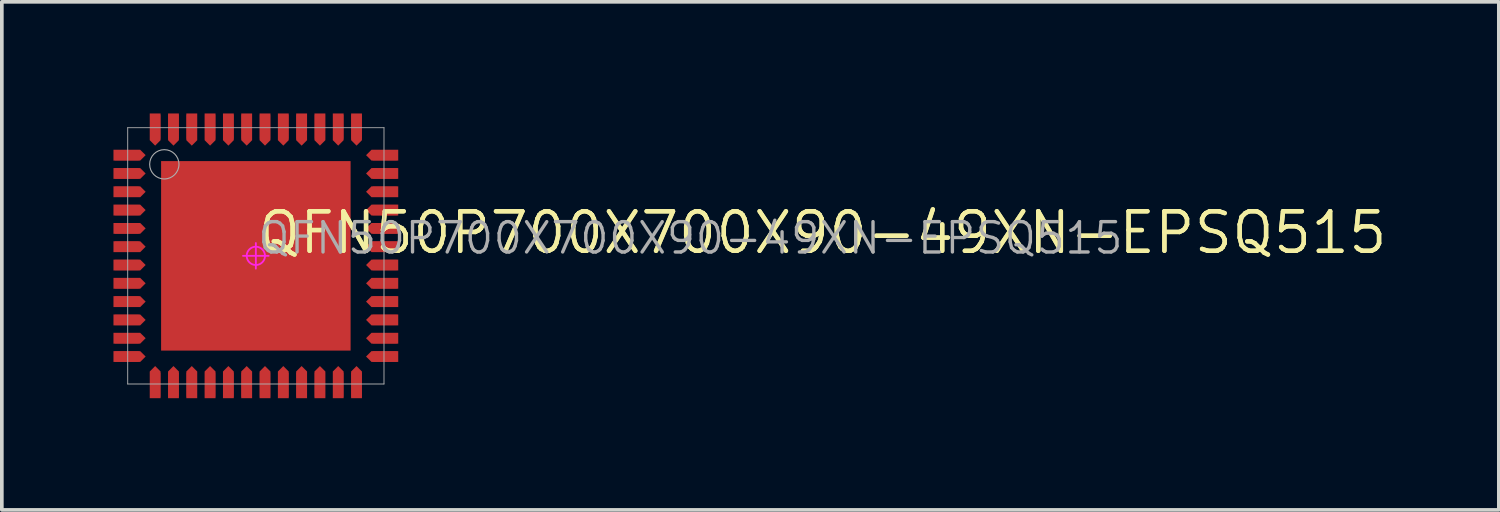
<source format=kicad_pcb>
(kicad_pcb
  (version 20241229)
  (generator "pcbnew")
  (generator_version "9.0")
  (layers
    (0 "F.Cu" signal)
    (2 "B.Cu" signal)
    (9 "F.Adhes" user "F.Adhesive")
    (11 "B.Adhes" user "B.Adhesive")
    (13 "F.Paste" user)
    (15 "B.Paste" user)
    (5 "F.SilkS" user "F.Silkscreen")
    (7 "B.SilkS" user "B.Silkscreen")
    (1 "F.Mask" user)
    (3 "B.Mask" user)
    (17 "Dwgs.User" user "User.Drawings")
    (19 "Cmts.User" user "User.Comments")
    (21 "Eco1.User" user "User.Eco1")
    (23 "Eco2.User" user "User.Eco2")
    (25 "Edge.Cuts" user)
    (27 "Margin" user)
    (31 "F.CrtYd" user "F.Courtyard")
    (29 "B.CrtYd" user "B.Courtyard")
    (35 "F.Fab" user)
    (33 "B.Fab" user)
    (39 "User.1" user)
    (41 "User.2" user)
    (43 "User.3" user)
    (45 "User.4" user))
  (footprint "QFN50P700X700X90-49XN-EPSQ515"
    (layer "F.Cu")
    (at 3.938 3.938)
    (property "Reference" "QFN50P700X700X90-49XN-EPSQ515" (at 0 0 0) (unlocked yes) (layer "F.SilkS") (effects (font (size 1.08 1.08) (thickness 0.12)) (justify left bottom)))
    (fp_poly (pts (xy 2.588 2.588) (xy -2.588 2.588) (xy -2.588 -2.588) (xy 2.588 -2.588)) (stroke (width 0) (type default)) (fill yes) (layer "F.Cu"))
    (fp_poly (pts (xy -3.01 -2.75) (xy -3.159 -2.602) (xy -3.889 -2.602) (xy -3.889 -2.898) (xy -3.159 -2.898)) (stroke (width 0) (type default)) (fill yes) (layer "F.Cu"))
    (fp_poly (pts (xy -3.01 -2.25) (xy -3.159 -2.102) (xy -3.889 -2.102) (xy -3.889 -2.398) (xy -3.159 -2.398)) (stroke (width 0) (type default)) (fill yes) (layer "F.Cu"))
    (fp_poly (pts (xy -3.01 -1.75) (xy -3.159 -1.601) (xy -3.889 -1.601) (xy -3.889 -1.899) (xy -3.159 -1.899)) (stroke (width 0) (type default)) (fill yes) (layer "F.Cu"))
    (fp_poly (pts (xy -3.01 -1.25) (xy -3.159 -1.101) (xy -3.889 -1.101) (xy -3.889 -1.399) (xy -3.159 -1.399)) (stroke (width 0) (type default)) (fill yes) (layer "F.Cu"))
    (fp_poly (pts (xy -3.01 -0.75) (xy -3.159 -0.602) (xy -3.889 -0.602) (xy -3.889 -0.898) (xy -3.159 -0.898)) (stroke (width 0) (type default)) (fill yes) (layer "F.Cu"))
    (fp_poly (pts (xy -3.01 -0.25) (xy -3.159 -0.102) (xy -3.889 -0.102) (xy -3.889 -0.399) (xy -3.159 -0.399)) (stroke (width 0) (type default)) (fill yes) (layer "F.Cu"))
    (fp_poly (pts (xy -3.01 0.25) (xy -3.159 0.399) (xy -3.889 0.399) (xy -3.889 0.102) (xy -3.159 0.102)) (stroke (width 0) (type default)) (fill yes) (layer "F.Cu"))
    (fp_poly (pts (xy -3.01 0.75) (xy -3.159 0.898) (xy -3.889 0.898) (xy -3.889 0.602) (xy -3.159 0.602)) (stroke (width 0) (type default)) (fill yes) (layer "F.Cu"))
    (fp_poly (pts (xy -3.01 1.25) (xy -3.159 1.399) (xy -3.889 1.399) (xy -3.889 1.101) (xy -3.159 1.101)) (stroke (width 0) (type default)) (fill yes) (layer "F.Cu"))
    (fp_poly (pts (xy -3.01 1.75) (xy -3.159 1.899) (xy -3.889 1.899) (xy -3.889 1.601) (xy -3.159 1.601)) (stroke (width 0) (type default)) (fill yes) (layer "F.Cu"))
    (fp_poly (pts (xy -3.01 2.25) (xy -3.159 2.398) (xy -3.889 2.398) (xy -3.889 2.102) (xy -3.159 2.102)) (stroke (width 0) (type default)) (fill yes) (layer "F.Cu"))
    (fp_poly (pts (xy -3.01 2.75) (xy -3.159 2.898) (xy -3.889 2.898) (xy -3.889 2.602) (xy -3.159 2.602)) (stroke (width 0) (type default)) (fill yes) (layer "F.Cu"))
    (fp_poly (pts (xy -2.602 -3.159) (xy -2.75 -3.01) (xy -2.898 -3.159) (xy -2.898 -3.889) (xy -2.602 -3.889)) (stroke (width 0) (type default)) (fill yes) (layer "F.Cu"))
    (fp_poly (pts (xy -2.602 3.159) (xy -2.602 3.889) (xy -2.898 3.889) (xy -2.898 3.159) (xy -2.75 3.01)) (stroke (width 0) (type default)) (fill yes) (layer "F.Cu"))
    (fp_poly (pts (xy -2.102 -3.159) (xy -2.25 -3.01) (xy -2.398 -3.159) (xy -2.398 -3.889) (xy -2.102 -3.889)) (stroke (width 0) (type default)) (fill yes) (layer "F.Cu"))
    (fp_poly (pts (xy -2.102 3.159) (xy -2.102 3.889) (xy -2.398 3.889) (xy -2.398 3.159) (xy -2.25 3.01)) (stroke (width 0) (type default)) (fill yes) (layer "F.Cu"))
    (fp_poly (pts (xy -1.601 -3.159) (xy -1.75 -3.01) (xy -1.899 -3.159) (xy -1.899 -3.889) (xy -1.601 -3.889)) (stroke (width 0) (type default)) (fill yes) (layer "F.Cu"))
    (fp_poly (pts (xy -1.601 3.159) (xy -1.601 3.889) (xy -1.899 3.889) (xy -1.899 3.159) (xy -1.75 3.01)) (stroke (width 0) (type default)) (fill yes) (layer "F.Cu"))
    (fp_poly (pts (xy -1.101 -3.159) (xy -1.25 -3.01) (xy -1.399 -3.159) (xy -1.399 -3.889) (xy -1.101 -3.889)) (stroke (width 0) (type default)) (fill yes) (layer "F.Cu"))
    (fp_poly (pts (xy -1.101 3.159) (xy -1.101 3.889) (xy -1.399 3.889) (xy -1.399 3.159) (xy -1.25 3.01)) (stroke (width 0) (type default)) (fill yes) (layer "F.Cu"))
    (fp_poly (pts (xy -0.602 -3.159) (xy -0.75 -3.01) (xy -0.898 -3.159) (xy -0.898 -3.889) (xy -0.602 -3.889)) (stroke (width 0) (type default)) (fill yes) (layer "F.Cu"))
    (fp_poly (pts (xy -0.602 3.159) (xy -0.602 3.889) (xy -0.898 3.889) (xy -0.898 3.159) (xy -0.75 3.01)) (stroke (width 0) (type default)) (fill yes) (layer "F.Cu"))
    (fp_poly (pts (xy -0.102 -3.159) (xy -0.25 -3.01) (xy -0.399 -3.159) (xy -0.399 -3.889) (xy -0.102 -3.889)) (stroke (width 0) (type default)) (fill yes) (layer "F.Cu"))
    (fp_poly (pts (xy -0.102 3.159) (xy -0.102 3.889) (xy -0.399 3.889) (xy -0.399 3.159) (xy -0.25 3.01)) (stroke (width 0) (type default)) (fill yes) (layer "F.Cu"))
    (fp_poly (pts (xy 0.399 -3.159) (xy 0.25 -3.01) (xy 0.102 -3.159) (xy 0.102 -3.889) (xy 0.399 -3.889)) (stroke (width 0) (type default)) (fill yes) (layer "F.Cu"))
    (fp_poly (pts (xy 0.399 3.159) (xy 0.399 3.889) (xy 0.102 3.889) (xy 0.102 3.159) (xy 0.25 3.01)) (stroke (width 0) (type default)) (fill yes) (layer "F.Cu"))
    (fp_poly (pts (xy 0.898 -3.159) (xy 0.75 -3.01) (xy 0.602 -3.159) (xy 0.602 -3.889) (xy 0.898 -3.889)) (stroke (width 0) (type default)) (fill yes) (layer "F.Cu"))
    (fp_poly (pts (xy 0.898 3.159) (xy 0.898 3.889) (xy 0.602 3.889) (xy 0.602 3.159) (xy 0.75 3.01)) (stroke (width 0) (type default)) (fill yes) (layer "F.Cu"))
    (fp_poly (pts (xy 1.399 -3.159) (xy 1.25 -3.01) (xy 1.101 -3.159) (xy 1.101 -3.889) (xy 1.399 -3.889)) (stroke (width 0) (type default)) (fill yes) (layer "F.Cu"))
    (fp_poly (pts (xy 1.399 3.159) (xy 1.399 3.889) (xy 1.101 3.889) (xy 1.101 3.159) (xy 1.25 3.01)) (stroke (width 0) (type default)) (fill yes) (layer "F.Cu"))
    (fp_poly (pts (xy 1.899 -3.159) (xy 1.75 -3.01) (xy 1.601 -3.159) (xy 1.601 -3.889) (xy 1.899 -3.889)) (stroke (width 0) (type default)) (fill yes) (layer "F.Cu"))
    (fp_poly (pts (xy 1.899 3.159) (xy 1.899 3.889) (xy 1.601 3.889) (xy 1.601 3.159) (xy 1.75 3.01)) (stroke (width 0) (type default)) (fill yes) (layer "F.Cu"))
    (fp_poly (pts (xy 2.398 -3.159) (xy 2.25 -3.01) (xy 2.102 -3.159) (xy 2.102 -3.889) (xy 2.398 -3.889)) (stroke (width 0) (type default)) (fill yes) (layer "F.Cu"))
    (fp_poly (pts (xy 2.398 3.159) (xy 2.398 3.889) (xy 2.102 3.889) (xy 2.102 3.159) (xy 2.25 3.01)) (stroke (width 0) (type default)) (fill yes) (layer "F.Cu"))
    (fp_poly (pts (xy 2.898 -3.159) (xy 2.75 -3.01) (xy 2.602 -3.159) (xy 2.602 -3.889) (xy 2.898 -3.889)) (stroke (width 0) (type default)) (fill yes) (layer "F.Cu"))
    (fp_poly (pts (xy 2.898 3.159) (xy 2.898 3.889) (xy 2.602 3.889) (xy 2.602 3.159) (xy 2.75 3.01)) (stroke (width 0) (type default)) (fill yes) (layer "F.Cu"))
    (fp_poly (pts (xy 3.889 -2.602) (xy 3.159 -2.602) (xy 3.01 -2.75) (xy 3.159 -2.898) (xy 3.889 -2.898)) (stroke (width 0) (type default)) (fill yes) (layer "F.Cu"))
    (fp_poly (pts (xy 3.889 -2.102) (xy 3.159 -2.102) (xy 3.01 -2.25) (xy 3.159 -2.398) (xy 3.889 -2.398)) (stroke (width 0) (type default)) (fill yes) (layer "F.Cu"))
    (fp_poly (pts (xy 3.889 -1.601) (xy 3.159 -1.601) (xy 3.01 -1.75) (xy 3.159 -1.899) (xy 3.889 -1.899)) (stroke (width 0) (type default)) (fill yes) (layer "F.Cu"))
    (fp_poly (pts (xy 3.889 -1.101) (xy 3.159 -1.101) (xy 3.01 -1.25) (xy 3.159 -1.399) (xy 3.889 -1.399)) (stroke (width 0) (type default)) (fill yes) (layer "F.Cu"))
    (fp_poly (pts (xy 3.889 -0.602) (xy 3.159 -0.602) (xy 3.01 -0.75) (xy 3.159 -0.898) (xy 3.889 -0.898)) (stroke (width 0) (type default)) (fill yes) (layer "F.Cu"))
    (fp_poly (pts (xy 3.889 -0.102) (xy 3.159 -0.102) (xy 3.01 -0.25) (xy 3.159 -0.399) (xy 3.889 -0.399)) (stroke (width 0) (type default)) (fill yes) (layer "F.Cu"))
    (fp_poly (pts (xy 3.889 0.399) (xy 3.159 0.399) (xy 3.01 0.25) (xy 3.159 0.102) (xy 3.889 0.102)) (stroke (width 0) (type default)) (fill yes) (layer "F.Cu"))
    (fp_poly (pts (xy 3.889 0.898) (xy 3.159 0.898) (xy 3.01 0.75) (xy 3.159 0.602) (xy 3.889 0.602)) (stroke (width 0) (type default)) (fill yes) (layer "F.Cu"))
    (fp_poly (pts (xy 3.889 1.399) (xy 3.159 1.399) (xy 3.01 1.25) (xy 3.159 1.101) (xy 3.889 1.101)) (stroke (width 0) (type default)) (fill yes) (layer "F.Cu"))
    (fp_poly (pts (xy 3.889 1.899) (xy 3.159 1.899) (xy 3.01 1.75) (xy 3.159 1.601) (xy 3.889 1.601)) (stroke (width 0) (type default)) (fill yes) (layer "F.Cu"))
    (fp_poly (pts (xy 3.889 2.398) (xy 3.159 2.398) (xy 3.01 2.25) (xy 3.159 2.102) (xy 3.889 2.102)) (stroke (width 0) (type default)) (fill yes) (layer "F.Cu"))
    (fp_poly (pts (xy 3.889 2.898) (xy 3.159 2.898) (xy 3.01 2.75) (xy 3.159 2.602) (xy 3.889 2.602)) (stroke (width 0) (type default)) (fill yes) (layer "F.Cu"))
    (fp_poly (pts (xy 2.663 2.663) (xy -2.664 2.663) (xy -2.658 -2.663) (xy 2.663 -2.663)) (stroke (width 0) (type default)) (fill yes) (layer "F.Mask"))
    (fp_poly (pts (xy -3.105 -2.958) (xy -3.017 -2.87) (xy -2.986 -2.758) (xy -2.986 2.758) (xy -3.017 2.87) (xy -3.105 2.958) (xy -3.217 2.989) (xy -3.938 2.989) (xy -3.938 -2.989) (xy -3.217 -2.989)) (stroke (width 0) (type default)) (fill yes) (layer "F.Mask"))
    (fp_poly (pts (xy 2.87 3.017) (xy 2.958 3.105) (xy 2.989 3.217) (xy 2.989 3.938) (xy -2.989 3.938) (xy -2.989 3.217) (xy -2.958 3.105) (xy -2.87 3.017) (xy -2.758 2.986) (xy 2.758 2.986)) (stroke (width 0) (type default)) (fill yes) (layer "F.Mask"))
    (fp_poly (pts (xy 2.989 -3.217) (xy 2.958 -3.105) (xy 2.87 -3.017) (xy 2.758 -2.986) (xy -2.758 -2.986) (xy -2.87 -3.017) (xy -2.958 -3.105) (xy -2.989 -3.217) (xy -2.989 -3.938) (xy 2.989 -3.938)) (stroke (width 0) (type default)) (fill yes) (layer "F.Mask"))
    (fp_poly (pts (xy 3.938 2.989) (xy 3.217 2.989) (xy 3.105 2.958) (xy 3.017 2.87) (xy 2.986 2.758) (xy 2.986 -2.758) (xy 3.017 -2.87) (xy 3.105 -2.958) (xy 3.217 -2.989) (xy 3.938 -2.989)) (stroke (width 0) (type default)) (fill yes) (layer "F.Mask"))
    (fp_poly (pts (xy -0.967 -0.967) (xy -2.429 -0.967) (xy -2.429 -2.429) (xy -0.967 -2.429)) (stroke (width 0) (type default)) (fill yes) (layer "F.Paste"))
    (fp_poly (pts (xy -0.967 0.734) (xy -2.429 0.734) (xy -2.429 -0.729) (xy -0.967 -0.729)) (stroke (width 0) (type default)) (fill yes) (layer "F.Paste"))
    (fp_poly (pts (xy -0.967 2.433) (xy -2.429 2.433) (xy -2.429 0.972) (xy -0.967 0.972)) (stroke (width 0) (type default)) (fill yes) (layer "F.Paste"))
    (fp_poly (pts (xy 0.734 -0.967) (xy -0.729 -0.967) (xy -0.729 -2.429) (xy 0.734 -2.429)) (stroke (width 0) (type default)) (fill yes) (layer "F.Paste"))
    (fp_poly (pts (xy 0.734 0.734) (xy -0.729 0.734) (xy -0.729 -0.729) (xy 0.734 -0.729)) (stroke (width 0) (type default)) (fill yes) (layer "F.Paste"))
    (fp_poly (pts (xy 0.734 2.433) (xy -0.729 2.433) (xy -0.729 0.972) (xy 0.734 0.972)) (stroke (width 0) (type default)) (fill yes) (layer "F.Paste"))
    (fp_poly (pts (xy 2.433 -0.967) (xy 0.972 -0.967) (xy 0.972 -2.429) (xy 2.433 -2.429)) (stroke (width 0) (type default)) (fill yes) (layer "F.Paste"))
    (fp_poly (pts (xy 2.433 0.734) (xy 0.972 0.734) (xy 0.972 -0.729) (xy 2.433 -0.729)) (stroke (width 0) (type default)) (fill yes) (layer "F.Paste"))
    (fp_poly (pts (xy 2.433 2.433) (xy 0.972 2.433) (xy 0.972 0.972) (xy 2.433 0.972)) (stroke (width 0) (type default)) (fill yes) (layer "F.Paste"))
    (fp_poly (pts (xy -3.01 -2.75) (xy -3.159 -2.602) (xy -3.889 -2.602) (xy -3.889 -2.898) (xy -3.159 -2.898)) (stroke (width 0) (type default)) (fill yes) (layer "F.Paste"))
    (fp_poly (pts (xy -3.01 -2.25) (xy -3.159 -2.102) (xy -3.889 -2.102) (xy -3.889 -2.398) (xy -3.159 -2.398)) (stroke (width 0) (type default)) (fill yes) (layer "F.Paste"))
    (fp_poly (pts (xy -3.01 -1.75) (xy -3.159 -1.601) (xy -3.889 -1.601) (xy -3.889 -1.899) (xy -3.159 -1.899)) (stroke (width 0) (type default)) (fill yes) (layer "F.Paste"))
    (fp_poly (pts (xy -3.01 -1.25) (xy -3.159 -1.101) (xy -3.889 -1.101) (xy -3.889 -1.399) (xy -3.159 -1.399)) (stroke (width 0) (type default)) (fill yes) (layer "F.Paste"))
    (fp_poly (pts (xy -3.01 -0.75) (xy -3.159 -0.602) (xy -3.889 -0.602) (xy -3.889 -0.898) (xy -3.159 -0.898)) (stroke (width 0) (type default)) (fill yes) (layer "F.Paste"))
    (fp_poly (pts (xy -3.01 -0.25) (xy -3.159 -0.102) (xy -3.889 -0.102) (xy -3.889 -0.399) (xy -3.159 -0.399)) (stroke (width 0) (type default)) (fill yes) (layer "F.Paste"))
    (fp_poly (pts (xy -3.01 0.25) (xy -3.159 0.399) (xy -3.889 0.399) (xy -3.889 0.102) (xy -3.159 0.102)) (stroke (width 0) (type default)) (fill yes) (layer "F.Paste"))
    (fp_poly (pts (xy -3.01 0.75) (xy -3.159 0.898) (xy -3.889 0.898) (xy -3.889 0.602) (xy -3.159 0.602)) (stroke (width 0) (type default)) (fill yes) (layer "F.Paste"))
    (fp_poly (pts (xy -3.01 1.25) (xy -3.159 1.399) (xy -3.889 1.399) (xy -3.889 1.101) (xy -3.159 1.101)) (stroke (width 0) (type default)) (fill yes) (layer "F.Paste"))
    (fp_poly (pts (xy -3.01 1.75) (xy -3.159 1.899) (xy -3.889 1.899) (xy -3.889 1.601) (xy -3.159 1.601)) (stroke (width 0) (type default)) (fill yes) (layer "F.Paste"))
    (fp_poly (pts (xy -3.01 2.25) (xy -3.159 2.398) (xy -3.889 2.398) (xy -3.889 2.102) (xy -3.159 2.102)) (stroke (width 0) (type default)) (fill yes) (layer "F.Paste"))
    (fp_poly (pts (xy -3.01 2.75) (xy -3.159 2.898) (xy -3.889 2.898) (xy -3.889 2.602) (xy -3.159 2.602)) (stroke (width 0) (type default)) (fill yes) (layer "F.Paste"))
    (fp_poly (pts (xy -2.602 -3.159) (xy -2.75 -3.01) (xy -2.898 -3.159) (xy -2.898 -3.889) (xy -2.602 -3.889)) (stroke (width 0) (type default)) (fill yes) (layer "F.Paste"))
    (fp_poly (pts (xy -2.602 3.159) (xy -2.602 3.889) (xy -2.898 3.889) (xy -2.898 3.159) (xy -2.75 3.01)) (stroke (width 0) (type default)) (fill yes) (layer "F.Paste"))
    (fp_poly (pts (xy -2.102 -3.159) (xy -2.25 -3.01) (xy -2.398 -3.159) (xy -2.398 -3.889) (xy -2.102 -3.889)) (stroke (width 0) (type default)) (fill yes) (layer "F.Paste"))
    (fp_poly (pts (xy -2.102 3.159) (xy -2.102 3.889) (xy -2.398 3.889) (xy -2.398 3.159) (xy -2.25 3.01)) (stroke (width 0) (type default)) (fill yes) (layer "F.Paste"))
    (fp_poly (pts (xy -1.601 -3.159) (xy -1.75 -3.01) (xy -1.899 -3.159) (xy -1.899 -3.889) (xy -1.601 -3.889)) (stroke (width 0) (type default)) (fill yes) (layer "F.Paste"))
    (fp_poly (pts (xy -1.601 3.159) (xy -1.601 3.889) (xy -1.899 3.889) (xy -1.899 3.159) (xy -1.75 3.01)) (stroke (width 0) (type default)) (fill yes) (layer "F.Paste"))
    (fp_poly (pts (xy -1.101 -3.159) (xy -1.25 -3.01) (xy -1.399 -3.159) (xy -1.399 -3.889) (xy -1.101 -3.889)) (stroke (width 0) (type default)) (fill yes) (layer "F.Paste"))
    (fp_poly (pts (xy -1.101 3.159) (xy -1.101 3.889) (xy -1.399 3.889) (xy -1.399 3.159) (xy -1.25 3.01)) (stroke (width 0) (type default)) (fill yes) (layer "F.Paste"))
    (fp_poly (pts (xy -0.602 -3.159) (xy -0.75 -3.01) (xy -0.898 -3.159) (xy -0.898 -3.889) (xy -0.602 -3.889)) (stroke (width 0) (type default)) (fill yes) (layer "F.Paste"))
    (fp_poly (pts (xy -0.602 3.159) (xy -0.602 3.889) (xy -0.898 3.889) (xy -0.898 3.159) (xy -0.75 3.01)) (stroke (width 0) (type default)) (fill yes) (layer "F.Paste"))
    (fp_poly (pts (xy -0.102 -3.159) (xy -0.25 -3.01) (xy -0.399 -3.159) (xy -0.399 -3.889) (xy -0.102 -3.889)) (stroke (width 0) (type default)) (fill yes) (layer "F.Paste"))
    (fp_poly (pts (xy -0.102 3.159) (xy -0.102 3.889) (xy -0.399 3.889) (xy -0.399 3.159) (xy -0.25 3.01)) (stroke (width 0) (type default)) (fill yes) (layer "F.Paste"))
    (fp_poly (pts (xy 0.399 -3.159) (xy 0.25 -3.01) (xy 0.102 -3.159) (xy 0.102 -3.889) (xy 0.399 -3.889)) (stroke (width 0) (type default)) (fill yes) (layer "F.Paste"))
    (fp_poly (pts (xy 0.399 3.159) (xy 0.399 3.889) (xy 0.102 3.889) (xy 0.102 3.159) (xy 0.25 3.01)) (stroke (width 0) (type default)) (fill yes) (layer "F.Paste"))
    (fp_poly (pts (xy 0.898 -3.159) (xy 0.75 -3.01) (xy 0.602 -3.159) (xy 0.602 -3.889) (xy 0.898 -3.889)) (stroke (width 0) (type default)) (fill yes) (layer "F.Paste"))
    (fp_poly (pts (xy 0.898 3.159) (xy 0.898 3.889) (xy 0.602 3.889) (xy 0.602 3.159) (xy 0.75 3.01)) (stroke (width 0) (type default)) (fill yes) (layer "F.Paste"))
    (fp_poly (pts (xy 1.399 -3.159) (xy 1.25 -3.01) (xy 1.101 -3.159) (xy 1.101 -3.889) (xy 1.399 -3.889)) (stroke (width 0) (type default)) (fill yes) (layer "F.Paste"))
    (fp_poly (pts (xy 1.399 3.159) (xy 1.399 3.889) (xy 1.101 3.889) (xy 1.101 3.159) (xy 1.25 3.01)) (stroke (width 0) (type default)) (fill yes) (layer "F.Paste"))
    (fp_poly (pts (xy 1.899 -3.159) (xy 1.75 -3.01) (xy 1.601 -3.159) (xy 1.601 -3.889) (xy 1.899 -3.889)) (stroke (width 0) (type default)) (fill yes) (layer "F.Paste"))
    (fp_poly (pts (xy 1.899 3.159) (xy 1.899 3.889) (xy 1.601 3.889) (xy 1.601 3.159) (xy 1.75 3.01)) (stroke (width 0) (type default)) (fill yes) (layer "F.Paste"))
    (fp_poly (pts (xy 2.398 -3.159) (xy 2.25 -3.01) (xy 2.102 -3.159) (xy 2.102 -3.889) (xy 2.398 -3.889)) (stroke (width 0) (type default)) (fill yes) (layer "F.Paste"))
    (fp_poly (pts (xy 2.398 3.159) (xy 2.398 3.889) (xy 2.102 3.889) (xy 2.102 3.159) (xy 2.25 3.01)) (stroke (width 0) (type default)) (fill yes) (layer "F.Paste"))
    (fp_poly (pts (xy 2.898 -3.159) (xy 2.75 -3.01) (xy 2.602 -3.159) (xy 2.602 -3.889) (xy 2.898 -3.889)) (stroke (width 0) (type default)) (fill yes) (layer "F.Paste"))
    (fp_poly (pts (xy 2.898 3.159) (xy 2.898 3.889) (xy 2.602 3.889) (xy 2.602 3.159) (xy 2.75 3.01)) (stroke (width 0) (type default)) (fill yes) (layer "F.Paste"))
    (fp_poly (pts (xy 3.889 -2.602) (xy 3.159 -2.602) (xy 3.01 -2.75) (xy 3.159 -2.898) (xy 3.889 -2.898)) (stroke (width 0) (type default)) (fill yes) (layer "F.Paste"))
    (fp_poly (pts (xy 3.889 -2.102) (xy 3.159 -2.102) (xy 3.01 -2.25) (xy 3.159 -2.398) (xy 3.889 -2.398)) (stroke (width 0) (type default)) (fill yes) (layer "F.Paste"))
    (fp_poly (pts (xy 3.889 -1.601) (xy 3.159 -1.601) (xy 3.01 -1.75) (xy 3.159 -1.899) (xy 3.889 -1.899)) (stroke (width 0) (type default)) (fill yes) (layer "F.Paste"))
    (fp_poly (pts (xy 3.889 -1.101) (xy 3.159 -1.101) (xy 3.01 -1.25) (xy 3.159 -1.399) (xy 3.889 -1.399)) (stroke (width 0) (type default)) (fill yes) (layer "F.Paste"))
    (fp_poly (pts (xy 3.889 -0.602) (xy 3.159 -0.602) (xy 3.01 -0.75) (xy 3.159 -0.898) (xy 3.889 -0.898)) (stroke (width 0) (type default)) (fill yes) (layer "F.Paste"))
    (fp_poly (pts (xy 3.889 -0.102) (xy 3.159 -0.102) (xy 3.01 -0.25) (xy 3.159 -0.399) (xy 3.889 -0.399)) (stroke (width 0) (type default)) (fill yes) (layer "F.Paste"))
    (fp_poly (pts (xy 3.889 0.399) (xy 3.159 0.399) (xy 3.01 0.25) (xy 3.159 0.102) (xy 3.889 0.102)) (stroke (width 0) (type default)) (fill yes) (layer "F.Paste"))
    (fp_poly (pts (xy 3.889 0.898) (xy 3.159 0.898) (xy 3.01 0.75) (xy 3.159 0.602) (xy 3.889 0.602)) (stroke (width 0) (type default)) (fill yes) (layer "F.Paste"))
    (fp_poly (pts (xy 3.889 1.399) (xy 3.159 1.399) (xy 3.01 1.25) (xy 3.159 1.101) (xy 3.889 1.101)) (stroke (width 0) (type default)) (fill yes) (layer "F.Paste"))
    (fp_poly (pts (xy 3.889 1.899) (xy 3.159 1.899) (xy 3.01 1.75) (xy 3.159 1.601) (xy 3.889 1.601)) (stroke (width 0) (type default)) (fill yes) (layer "F.Paste"))
    (fp_poly (pts (xy 3.889 2.398) (xy 3.159 2.398) (xy 3.01 2.25) (xy 3.159 2.102) (xy 3.889 2.102)) (stroke (width 0) (type default)) (fill yes) (layer "F.Paste"))
    (fp_poly (pts (xy 3.889 2.898) (xy 3.159 2.898) (xy 3.01 2.75) (xy 3.159 2.602) (xy 3.889 2.602)) (stroke (width 0) (type default)) (fill yes) (layer "F.Paste"))
    (fp_line (start -0.35 0) (end 0.35 0) (stroke (width 0.05) (type solid)) (layer "F.CrtYd"))
    (fp_line (start 0 0.35) (end 0 -0.35) (stroke (width 0.05) (type solid)) (layer "F.CrtYd"))
    (fp_circle (center 0 0) (end 0.25 0) (stroke (width 0.05) (type solid)) (fill no) (layer "F.CrtYd"))
    (fp_line (start -3.5 -3.5) (end -3.5 3.5) (stroke (width 0.025) (type solid)) (layer "F.Fab"))
    (fp_line (start -3.5 3.5) (end 3.5 3.5) (stroke (width 0.025) (type solid)) (layer "F.Fab"))
    (fp_line (start 3.5 -3.5) (end -3.5 -3.5) (stroke (width 0.025) (type solid)) (layer "F.Fab"))
    (fp_line (start 3.5 3.5) (end 3.5 -3.5) (stroke (width 0.025) (type solid)) (layer "F.Fab"))
    (fp_circle (center -2.5 -2.5) (end -2.1 -2.5) (stroke (width 0.03) (type solid)) (fill no) (layer "F.Fab"))
    (fp_text user "${REFERENCE}" (at 0 0 0) (unlocked yes) (layer "F.SilkS") (effects (font (size 1.08 1.08) (thickness 0.12)) (justify left bottom)))
    (fp_text user "${REFERENCE}" (at 0 0 0) (unlocked yes) (layer "F.Fab") (effects (font (size 0.828 0.828) (thickness 0.092)) (justify left bottom)))
    (pad "1" smd roundrect (at -3.525 -2.75) (size 0.65 0.28) (layers "F.Cu") (roundrect_rratio 0.015))
    (pad "2" smd roundrect (at -3.525 -2.25) (size 0.65 0.28) (layers "F.Cu") (roundrect_rratio 0.015))
    (pad "3" smd roundrect (at -3.525 -1.75) (size 0.65 0.28) (layers "F.Cu") (roundrect_rratio 0.015))
    (pad "4" smd roundrect (at -3.525 -1.25) (size 0.65 0.28) (layers "F.Cu") (roundrect_rratio 0.015))
    (pad "5" smd roundrect (at -3.525 -0.75) (size 0.65 0.28) (layers "F.Cu") (roundrect_rratio 0.015))
    (pad "6" smd roundrect (at -3.525 -0.25) (size 0.65 0.28) (layers "F.Cu") (roundrect_rratio 0.015))
    (pad "7" smd roundrect (at -3.525 0.25) (size 0.65 0.28) (layers "F.Cu") (roundrect_rratio 0.015))
    (pad "8" smd roundrect (at -3.525 0.75) (size 0.65 0.28) (layers "F.Cu") (roundrect_rratio 0.015))
    (pad "9" smd roundrect (at -3.525 1.25) (size 0.65 0.28) (layers "F.Cu") (roundrect_rratio 0.015))
    (pad "10" smd roundrect (at -3.525 1.75) (size 0.65 0.28) (layers "F.Cu") (roundrect_rratio 0.015))
    (pad "11" smd roundrect (at -3.525 2.25) (size 0.65 0.28) (layers "F.Cu") (roundrect_rratio 0.015))
    (pad "12" smd roundrect (at -3.525 2.75) (size 0.65 0.28) (layers "F.Cu") (roundrect_rratio 0.015))
    (pad "13" smd roundrect (at -2.75 3.525) (size 0.28 0.65) (layers "F.Cu") (roundrect_rratio 0.015))
    (pad "14" smd roundrect (at -2.25 3.525) (size 0.28 0.65) (layers "F.Cu") (roundrect_rratio 0.015))
    (pad "15" smd roundrect (at -1.75 3.525) (size 0.28 0.65) (layers "F.Cu") (roundrect_rratio 0.015))
    (pad "16" smd roundrect (at -1.25 3.525) (size 0.28 0.65) (layers "F.Cu") (roundrect_rratio 0.015))
    (pad "17" smd roundrect (at -0.75 3.525) (size 0.28 0.65) (layers "F.Cu") (roundrect_rratio 0.015))
    (pad "18" smd roundrect (at -0.25 3.525) (size 0.28 0.65) (layers "F.Cu") (roundrect_rratio 0.015))
    (pad "19" smd roundrect (at 0.25 3.525) (size 0.28 0.65) (layers "F.Cu") (roundrect_rratio 0.015))
    (pad "20" smd roundrect (at 0.75 3.525) (size 0.28 0.65) (layers "F.Cu") (roundrect_rratio 0.015))
    (pad "21" smd roundrect (at 1.25 3.525) (size 0.28 0.65) (layers "F.Cu") (roundrect_rratio 0.015))
    (pad "22" smd roundrect (at 1.75 3.525) (size 0.28 0.65) (layers "F.Cu") (roundrect_rratio 0.015))
    (pad "23" smd roundrect (at 2.25 3.525) (size 0.28 0.65) (layers "F.Cu") (roundrect_rratio 0.015))
    (pad "24" smd roundrect (at 2.75 3.525) (size 0.28 0.65) (layers "F.Cu") (roundrect_rratio 0.015))
    (pad "25" smd roundrect (at 3.525 2.75) (size 0.65 0.28) (layers "F.Cu") (roundrect_rratio 0.015))
    (pad "26" smd roundrect (at 3.525 2.25) (size 0.65 0.28) (layers "F.Cu") (roundrect_rratio 0.015))
    (pad "27" smd roundrect (at 3.525 1.75) (size 0.65 0.28) (layers "F.Cu") (roundrect_rratio 0.015))
    (pad "28" smd roundrect (at 3.525 1.25) (size 0.65 0.28) (layers "F.Cu") (roundrect_rratio 0.015))
    (pad "29" smd roundrect (at 3.525 0.75) (size 0.65 0.28) (layers "F.Cu") (roundrect_rratio 0.015))
    (pad "30" smd roundrect (at 3.525 0.25) (size 0.65 0.28) (layers "F.Cu") (roundrect_rratio 0.015))
    (pad "31" smd roundrect (at 3.525 -0.25) (size 0.65 0.28) (layers "F.Cu") (roundrect_rratio 0.015))
    (pad "32" smd roundrect (at 3.525 -0.75) (size 0.65 0.28) (layers "F.Cu") (roundrect_rratio 0.015))
    (pad "33" smd roundrect (at 3.525 -1.25) (size 0.65 0.28) (layers "F.Cu") (roundrect_rratio 0.015))
    (pad "34" smd roundrect (at 3.525 -1.75) (size 0.65 0.28) (layers "F.Cu") (roundrect_rratio 0.015))
    (pad "35" smd roundrect (at 3.525 -2.25) (size 0.65 0.28) (layers "F.Cu") (roundrect_rratio 0.015))
    (pad "36" smd roundrect (at 3.525 -2.75) (size 0.65 0.28) (layers "F.Cu") (roundrect_rratio 0.015))
    (pad "37" smd roundrect (at 2.75 -3.525) (size 0.28 0.65) (layers "F.Cu") (roundrect_rratio 0.015))
    (pad "38" smd roundrect (at 2.25 -3.525) (size 0.28 0.65) (layers "F.Cu") (roundrect_rratio 0.015))
    (pad "39" smd roundrect (at 1.75 -3.525) (size 0.28 0.65) (layers "F.Cu") (roundrect_rratio 0.015))
    (pad "40" smd roundrect (at 1.25 -3.525) (size 0.28 0.65) (layers "F.Cu") (roundrect_rratio 0.015))
    (pad "41" smd roundrect (at 0.75 -3.525) (size 0.28 0.65) (layers "F.Cu") (roundrect_rratio 0.015))
    (pad "42" smd roundrect (at 0.25 -3.525) (size 0.28 0.65) (layers "F.Cu") (roundrect_rratio 0.015))
    (pad "43" smd roundrect (at -0.25 -3.525) (size 0.28 0.65) (layers "F.Cu") (roundrect_rratio 0.015))
    (pad "44" smd roundrect (at -0.75 -3.525) (size 0.28 0.65) (layers "F.Cu") (roundrect_rratio 0.015))
    (pad "45" smd roundrect (at -1.25 -3.525) (size 0.28 0.65) (layers "F.Cu") (roundrect_rratio 0.015))
    (pad "46" smd roundrect (at -1.75 -3.525) (size 0.28 0.65) (layers "F.Cu") (roundrect_rratio 0.015))
    (pad "47" smd roundrect (at -2.25 -3.525) (size 0.28 0.65) (layers "F.Cu") (roundrect_rratio 0.015))
    (pad "48" smd roundrect (at -2.75 -3.525) (size 0.28 0.65) (layers "F.Cu") (roundrect_rratio 0.015))
    (pad "49" smd roundrect (at 0 0) (size 5 5) (layers "F.Cu") (roundrect_rratio 0.015)))
  (gr_rect
    (start -3 -3)
    (end 37.888 10.877)
    (stroke (width 0.1) (type default))
    (fill no)
    (layer "Edge.Cuts")))
</source>
